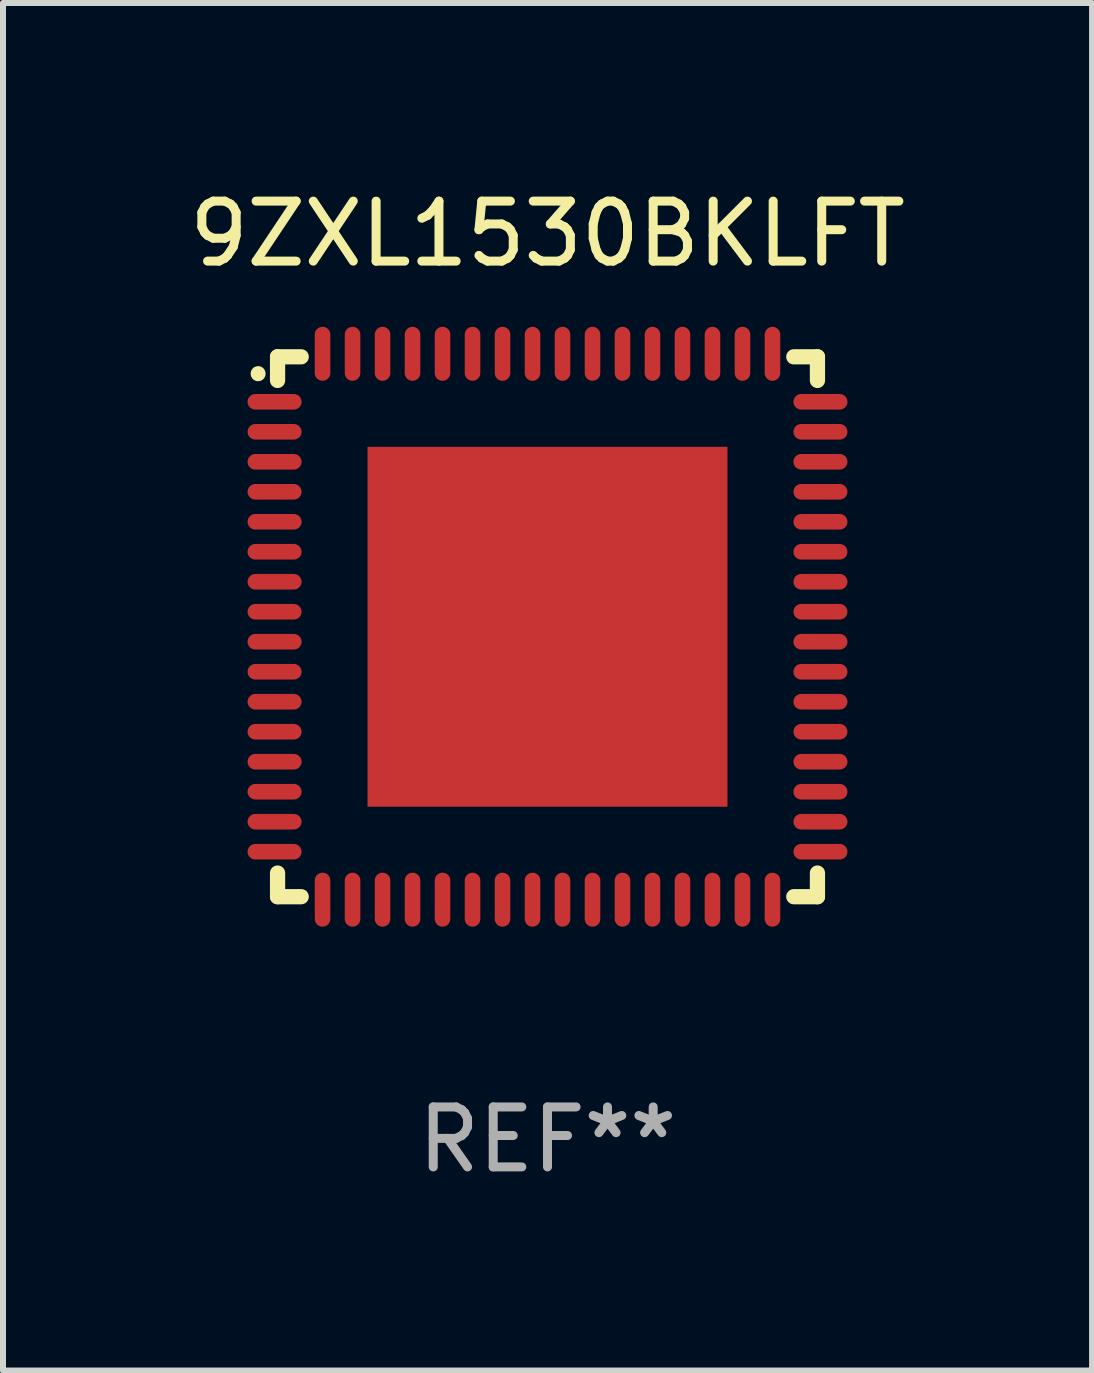
<source format=kicad_pcb>
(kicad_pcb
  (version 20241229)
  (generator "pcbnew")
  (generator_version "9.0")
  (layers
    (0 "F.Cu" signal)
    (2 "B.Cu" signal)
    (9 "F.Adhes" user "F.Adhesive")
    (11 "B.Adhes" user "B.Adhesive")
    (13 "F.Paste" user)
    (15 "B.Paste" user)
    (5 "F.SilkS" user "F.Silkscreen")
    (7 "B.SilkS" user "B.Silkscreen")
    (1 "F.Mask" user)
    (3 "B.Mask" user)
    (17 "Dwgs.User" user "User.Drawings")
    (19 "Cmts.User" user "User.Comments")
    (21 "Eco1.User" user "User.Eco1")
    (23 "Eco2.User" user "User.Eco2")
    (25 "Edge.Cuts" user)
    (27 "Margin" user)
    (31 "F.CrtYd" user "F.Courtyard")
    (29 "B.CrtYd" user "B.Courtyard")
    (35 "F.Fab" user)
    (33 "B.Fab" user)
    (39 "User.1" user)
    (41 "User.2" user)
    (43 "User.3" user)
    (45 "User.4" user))
  (footprint "9ZXL1530BKLFT"
    (layer "F.Cu")
    (at 6.077 7.398)
    (property "Reference" "9ZXL1530BKLFT" (at 0 -6.55 0) (layer "F.SilkS") (effects (font (size 1 1) (thickness 0.15))))
    (attr through_hole)
    (fp_line (start -4.5 -4.5) (end -4.106 -4.5) (stroke (width 0.254) (type solid)) (layer "F.SilkS"))
    (fp_line (start -4.5 -4.106) (end -4.5 -4.5) (stroke (width 0.254) (type solid)) (layer "F.SilkS"))
    (fp_line (start -4.5 4.5) (end -4.5 4.106) (stroke (width 0.254) (type solid)) (layer "F.SilkS"))
    (fp_line (start -4.106 4.5) (end -4.5 4.5) (stroke (width 0.254) (type solid)) (layer "F.SilkS"))
    (fp_line (start 4.106 -4.5) (end 4.5 -4.5) (stroke (width 0.254) (type solid)) (layer "F.SilkS"))
    (fp_line (start 4.5 -4.5) (end 4.5 -4.106) (stroke (width 0.254) (type solid)) (layer "F.SilkS"))
    (fp_line (start 4.5 4.106) (end 4.5 4.5) (stroke (width 0.254) (type solid)) (layer "F.SilkS"))
    (fp_line (start 4.5 4.5) (end 4.106 4.5) (stroke (width 0.254) (type solid)) (layer "F.SilkS"))
    (fp_arc (start -4.824308 -4.217501) (mid -4.824314 -4.218771) (end -4.824308 -4.220041) (stroke (width 0.24892) (type solid)) (layer "F.SilkS"))
    (fp_text user "REF**" (at 0 8.55 0) (layer "F.Fab") (effects (font (size 1 1) (thickness 0.15))))
    (pad "1" smd oval (at -4.55 -3.75) (size 0.9 0.26) (layers "F.Cu" "F.Mask" "F.Paste"))
    (pad "2" smd oval (at -4.55 -3.25) (size 0.9 0.26) (layers "F.Cu" "F.Mask" "F.Paste"))
    (pad "3" smd oval (at -4.55 -2.75) (size 0.9 0.26) (layers "F.Cu" "F.Mask" "F.Paste"))
    (pad "4" smd oval (at -4.55 -2.25) (size 0.9 0.26) (layers "F.Cu" "F.Mask" "F.Paste"))
    (pad "5" smd oval (at -4.55 -1.75) (size 0.9 0.26) (layers "F.Cu" "F.Mask" "F.Paste"))
    (pad "6" smd oval (at -4.55 -1.25) (size 0.9 0.26) (layers "F.Cu" "F.Mask" "F.Paste"))
    (pad "7" smd oval (at -4.55 -0.75) (size 0.9 0.26) (layers "F.Cu" "F.Mask" "F.Paste"))
    (pad "8" smd oval (at -4.55 -0.25) (size 0.9 0.26) (layers "F.Cu" "F.Mask" "F.Paste"))
    (pad "9" smd oval (at -4.55 0.25) (size 0.9 0.26) (layers "F.Cu" "F.Mask" "F.Paste"))
    (pad "10" smd oval (at -4.55 0.75) (size 0.9 0.26) (layers "F.Cu" "F.Mask" "F.Paste"))
    (pad "11" smd oval (at -4.55 1.25) (size 0.9 0.26) (layers "F.Cu" "F.Mask" "F.Paste"))
    (pad "12" smd oval (at -4.55 1.75) (size 0.9 0.26) (layers "F.Cu" "F.Mask" "F.Paste"))
    (pad "13" smd oval (at -4.55 2.25) (size 0.9 0.26) (layers "F.Cu" "F.Mask" "F.Paste"))
    (pad "14" smd oval (at -4.55 2.75) (size 0.9 0.26) (layers "F.Cu" "F.Mask" "F.Paste"))
    (pad "15" smd oval (at -4.55 3.25) (size 0.9 0.26) (layers "F.Cu" "F.Mask" "F.Paste"))
    (pad "16" smd oval (at -4.55 3.75) (size 0.9 0.26) (layers "F.Cu" "F.Mask" "F.Paste"))
    (pad "17" smd oval (at -3.75 4.55) (size 0.26 0.9) (layers "F.Cu" "F.Mask" "F.Paste"))
    (pad "18" smd oval (at -3.25 4.55) (size 0.26 0.9) (layers "F.Cu" "F.Mask" "F.Paste"))
    (pad "19" smd oval (at -2.75 4.55) (size 0.26 0.9) (layers "F.Cu" "F.Mask" "F.Paste"))
    (pad "20" smd oval (at -2.25 4.55) (size 0.26 0.9) (layers "F.Cu" "F.Mask" "F.Paste"))
    (pad "21" smd oval (at -1.75 4.55) (size 0.26 0.9) (layers "F.Cu" "F.Mask" "F.Paste"))
    (pad "22" smd oval (at -1.25 4.55) (size 0.26 0.9) (layers "F.Cu" "F.Mask" "F.Paste"))
    (pad "23" smd oval (at -0.75 4.55) (size 0.26 0.9) (layers "F.Cu" "F.Mask" "F.Paste"))
    (pad "24" smd oval (at -0.25 4.55) (size 0.26 0.9) (layers "F.Cu" "F.Mask" "F.Paste"))
    (pad "25" smd oval (at 0.25 4.55) (size 0.26 0.9) (layers "F.Cu" "F.Mask" "F.Paste"))
    (pad "26" smd oval (at 0.75 4.55) (size 0.26 0.9) (layers "F.Cu" "F.Mask" "F.Paste"))
    (pad "27" smd oval (at 1.25 4.55) (size 0.26 0.9) (layers "F.Cu" "F.Mask" "F.Paste"))
    (pad "28" smd oval (at 1.75 4.55) (size 0.26 0.9) (layers "F.Cu" "F.Mask" "F.Paste"))
    (pad "29" smd oval (at 2.25 4.55) (size 0.26 0.9) (layers "F.Cu" "F.Mask" "F.Paste"))
    (pad "30" smd oval (at 2.75 4.55) (size 0.26 0.9) (layers "F.Cu" "F.Mask" "F.Paste"))
    (pad "31" smd oval (at 3.25 4.55) (size 0.26 0.9) (layers "F.Cu" "F.Mask" "F.Paste"))
    (pad "32" smd oval (at 3.75 4.55) (size 0.26 0.9) (layers "F.Cu" "F.Mask" "F.Paste"))
    (pad "33" smd oval (at 4.55 3.75) (size 0.9 0.26) (layers "F.Cu" "F.Mask" "F.Paste"))
    (pad "34" smd oval (at 4.55 3.25) (size 0.9 0.26) (layers "F.Cu" "F.Mask" "F.Paste"))
    (pad "35" smd oval (at 4.55 2.75) (size 0.9 0.26) (layers "F.Cu" "F.Mask" "F.Paste"))
    (pad "36" smd oval (at 4.55 2.25) (size 0.9 0.26) (layers "F.Cu" "F.Mask" "F.Paste"))
    (pad "37" smd oval (at 4.55 1.75) (size 0.9 0.26) (layers "F.Cu" "F.Mask" "F.Paste"))
    (pad "38" smd oval (at 4.55 1.25) (size 0.9 0.26) (layers "F.Cu" "F.Mask" "F.Paste"))
    (pad "39" smd oval (at 4.55 0.75) (size 0.9 0.26) (layers "F.Cu" "F.Mask" "F.Paste"))
    (pad "40" smd oval (at 4.55 0.25) (size 0.9 0.26) (layers "F.Cu" "F.Mask" "F.Paste"))
    (pad "41" smd oval (at 4.55 -0.25) (size 0.9 0.26) (layers "F.Cu" "F.Mask" "F.Paste"))
    (pad "42" smd oval (at 4.55 -0.75) (size 0.9 0.26) (layers "F.Cu" "F.Mask" "F.Paste"))
    (pad "43" smd oval (at 4.55 -1.25) (size 0.9 0.26) (layers "F.Cu" "F.Mask" "F.Paste"))
    (pad "44" smd oval (at 4.55 -1.75) (size 0.9 0.26) (layers "F.Cu" "F.Mask" "F.Paste"))
    (pad "45" smd oval (at 4.55 -2.25) (size 0.9 0.26) (layers "F.Cu" "F.Mask" "F.Paste"))
    (pad "46" smd oval (at 4.55 -2.75) (size 0.9 0.26) (layers "F.Cu" "F.Mask" "F.Paste"))
    (pad "47" smd oval (at 4.55 -3.25) (size 0.9 0.26) (layers "F.Cu" "F.Mask" "F.Paste"))
    (pad "48" smd oval (at 4.55 -3.75) (size 0.9 0.26) (layers "F.Cu" "F.Mask" "F.Paste"))
    (pad "49" smd oval (at 3.75 -4.55) (size 0.26 0.9) (layers "F.Cu" "F.Mask" "F.Paste"))
    (pad "50" smd oval (at 3.25 -4.55) (size 0.26 0.9) (layers "F.Cu" "F.Mask" "F.Paste"))
    (pad "51" smd oval (at 2.75 -4.55) (size 0.26 0.9) (layers "F.Cu" "F.Mask" "F.Paste"))
    (pad "52" smd oval (at 2.25 -4.55) (size 0.26 0.9) (layers "F.Cu" "F.Mask" "F.Paste"))
    (pad "53" smd oval (at 1.75 -4.55) (size 0.26 0.9) (layers "F.Cu" "F.Mask" "F.Paste"))
    (pad "54" smd oval (at 1.25 -4.55) (size 0.26 0.9) (layers "F.Cu" "F.Mask" "F.Paste"))
    (pad "55" smd oval (at 0.75 -4.55) (size 0.26 0.9) (layers "F.Cu" "F.Mask" "F.Paste"))
    (pad "56" smd oval (at 0.25 -4.55) (size 0.26 0.9) (layers "F.Cu" "F.Mask" "F.Paste"))
    (pad "57" smd oval (at -0.25 -4.55) (size 0.26 0.9) (layers "F.Cu" "F.Mask" "F.Paste"))
    (pad "58" smd oval (at -0.75 -4.55) (size 0.26 0.9) (layers "F.Cu" "F.Mask" "F.Paste"))
    (pad "59" smd oval (at -1.25 -4.55) (size 0.26 0.9) (layers "F.Cu" "F.Mask" "F.Paste"))
    (pad "60" smd oval (at -1.75 -4.55) (size 0.26 0.9) (layers "F.Cu" "F.Mask" "F.Paste"))
    (pad "61" smd oval (at -2.25 -4.55) (size 0.26 0.9) (layers "F.Cu" "F.Mask" "F.Paste"))
    (pad "62" smd oval (at -2.75 -4.55) (size 0.26 0.9) (layers "F.Cu" "F.Mask" "F.Paste"))
    (pad "63" smd oval (at -3.25 -4.55) (size 0.26 0.9) (layers "F.Cu" "F.Mask" "F.Paste"))
    (pad "64" smd oval (at -3.75 -4.55) (size 0.26 0.9) (layers "F.Cu" "F.Mask" "F.Paste"))
    (pad "65" smd rect (at 0 0.000381) (size 6 6) (layers "F.Cu" "F.Mask" "F.Paste")))
  (gr_rect
    (start -3 -3)
    (end 15.155 19.797)
    (stroke (width 0.1) (type default))
    (fill no)
    (layer "Edge.Cuts")))
</source>
